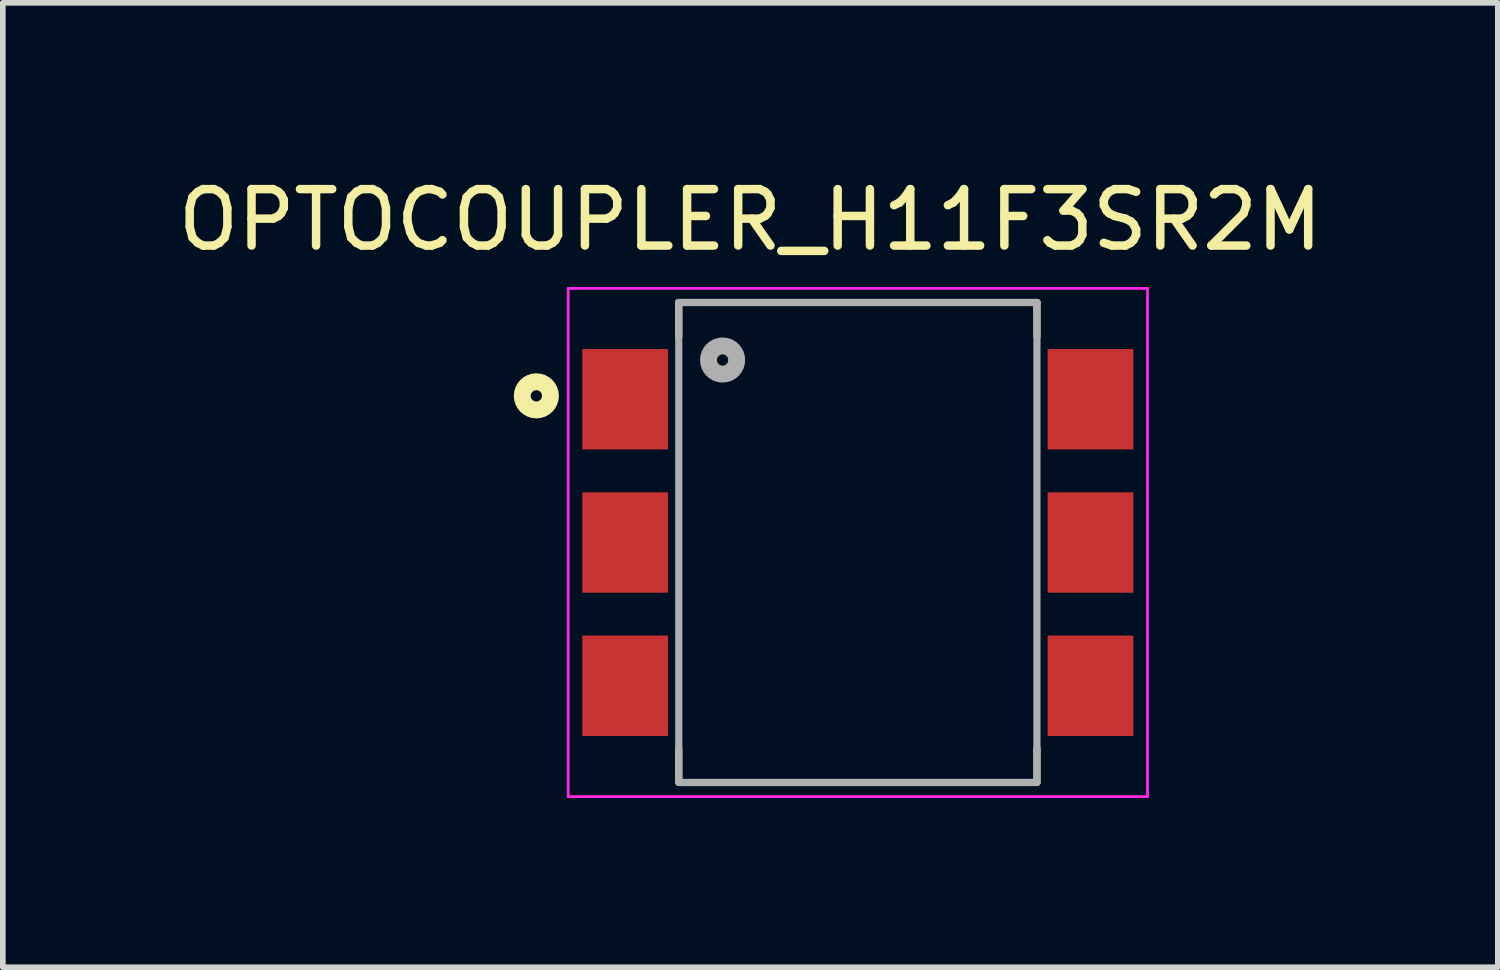
<source format=kicad_pcb>
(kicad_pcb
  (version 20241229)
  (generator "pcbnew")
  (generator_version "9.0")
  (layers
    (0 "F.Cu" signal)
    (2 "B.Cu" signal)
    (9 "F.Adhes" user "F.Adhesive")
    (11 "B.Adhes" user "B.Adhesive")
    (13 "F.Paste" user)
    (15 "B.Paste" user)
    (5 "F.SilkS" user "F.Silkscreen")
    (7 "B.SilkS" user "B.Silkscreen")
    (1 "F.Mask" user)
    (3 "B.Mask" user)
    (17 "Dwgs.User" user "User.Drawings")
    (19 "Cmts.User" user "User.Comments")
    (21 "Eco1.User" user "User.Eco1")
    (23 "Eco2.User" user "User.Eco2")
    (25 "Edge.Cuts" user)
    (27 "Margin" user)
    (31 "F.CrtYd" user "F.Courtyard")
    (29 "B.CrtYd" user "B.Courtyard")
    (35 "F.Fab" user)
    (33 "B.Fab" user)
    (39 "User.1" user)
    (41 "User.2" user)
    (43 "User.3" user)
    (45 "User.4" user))
  (footprint "OPTOCOUPLER_H11F3SR2M"
    (layer "F.Cu")
    (at 12.159 6.568)
    (property "Reference" "OPTOCOUPLER_H11F3SR2M" (at -1.907 -5.72 0) (layer "F.SilkS") (effects (font (size 1.001 1.001) (thickness 0.15))))
    (attr through_hole)
    (fp_line (start -3.175 -4.255) (end -3.175 -3.65) (stroke (width 0.127) (type solid)) (layer "F.SilkS"))
    (fp_line (start -3.175 4.25) (end -3.175 3.65) (stroke (width 0.127) (type solid)) (layer "F.SilkS"))
    (fp_line (start -3.15 4.255) (end 3.15 4.255) (stroke (width 0.127) (type solid)) (layer "F.SilkS"))
    (fp_line (start 3.175 -4.255) (end -3.175 -4.255) (stroke (width 0.127) (type solid)) (layer "F.SilkS"))
    (fp_line (start 3.175 -3.65) (end 3.175 -4.255) (stroke (width 0.127) (type solid)) (layer "F.SilkS"))
    (fp_line (start 3.175 4.25) (end 3.175 3.65) (stroke (width 0.127) (type solid)) (layer "F.SilkS"))
    (fp_circle (center -5.7 -2.6) (end -5.6 -2.6) (stroke (width 0.3) (type solid)) (fill no) (layer "F.SilkS"))
    (fp_line (start -5.135 -4.505) (end 5.135 -4.505) (stroke (width 0.05) (type solid)) (layer "F.CrtYd"))
    (fp_line (start -5.135 4.505) (end -5.135 -4.505) (stroke (width 0.05) (type solid)) (layer "F.CrtYd"))
    (fp_line (start 5.135 -4.505) (end 5.135 4.505) (stroke (width 0.05) (type solid)) (layer "F.CrtYd"))
    (fp_line (start 5.135 4.505) (end -5.135 4.505) (stroke (width 0.05) (type solid)) (layer "F.CrtYd"))
    (fp_line (start -3.175 -4.255) (end 3.175 -4.255) (stroke (width 0.127) (type solid)) (layer "F.Fab"))
    (fp_line (start -3.175 4.255) (end -3.175 -4.255) (stroke (width 0.127) (type solid)) (layer "F.Fab"))
    (fp_line (start 3.175 -4.255) (end 3.175 4.255) (stroke (width 0.127) (type solid)) (layer "F.Fab"))
    (fp_line (start 3.175 4.255) (end -3.175 4.255) (stroke (width 0.127) (type solid)) (layer "F.Fab"))
    (fp_circle (center -2.398 -3.235) (end -2.298 -3.235) (stroke (width 0.3) (type solid)) (fill no) (layer "F.Fab"))
    (pad "1" smd rect (at -4.125 -2.54) (size 1.52 1.78) (layers "F.Cu" "F.Mask" "F.Paste"))
    (pad "2" smd rect (at -4.125 0) (size 1.52 1.78) (layers "F.Cu" "F.Mask" "F.Paste"))
    (pad "3" smd rect (at -4.125 2.54) (size 1.52 1.78) (layers "F.Cu" "F.Mask" "F.Paste"))
    (pad "4" smd rect (at 4.125 2.54) (size 1.52 1.78) (layers "F.Cu" "F.Mask" "F.Paste"))
    (pad "5" smd rect (at 4.125 0) (size 1.52 1.78) (layers "F.Cu" "F.Mask" "F.Paste"))
    (pad "6" smd rect (at 4.125 -2.54) (size 1.52 1.78) (layers "F.Cu" "F.Mask" "F.Paste")))
  (gr_rect
    (start -3 -3)
    (end 23.505 14.098)
    (stroke (width 0.1) (type default))
    (fill no)
    (layer "Edge.Cuts")))
</source>
